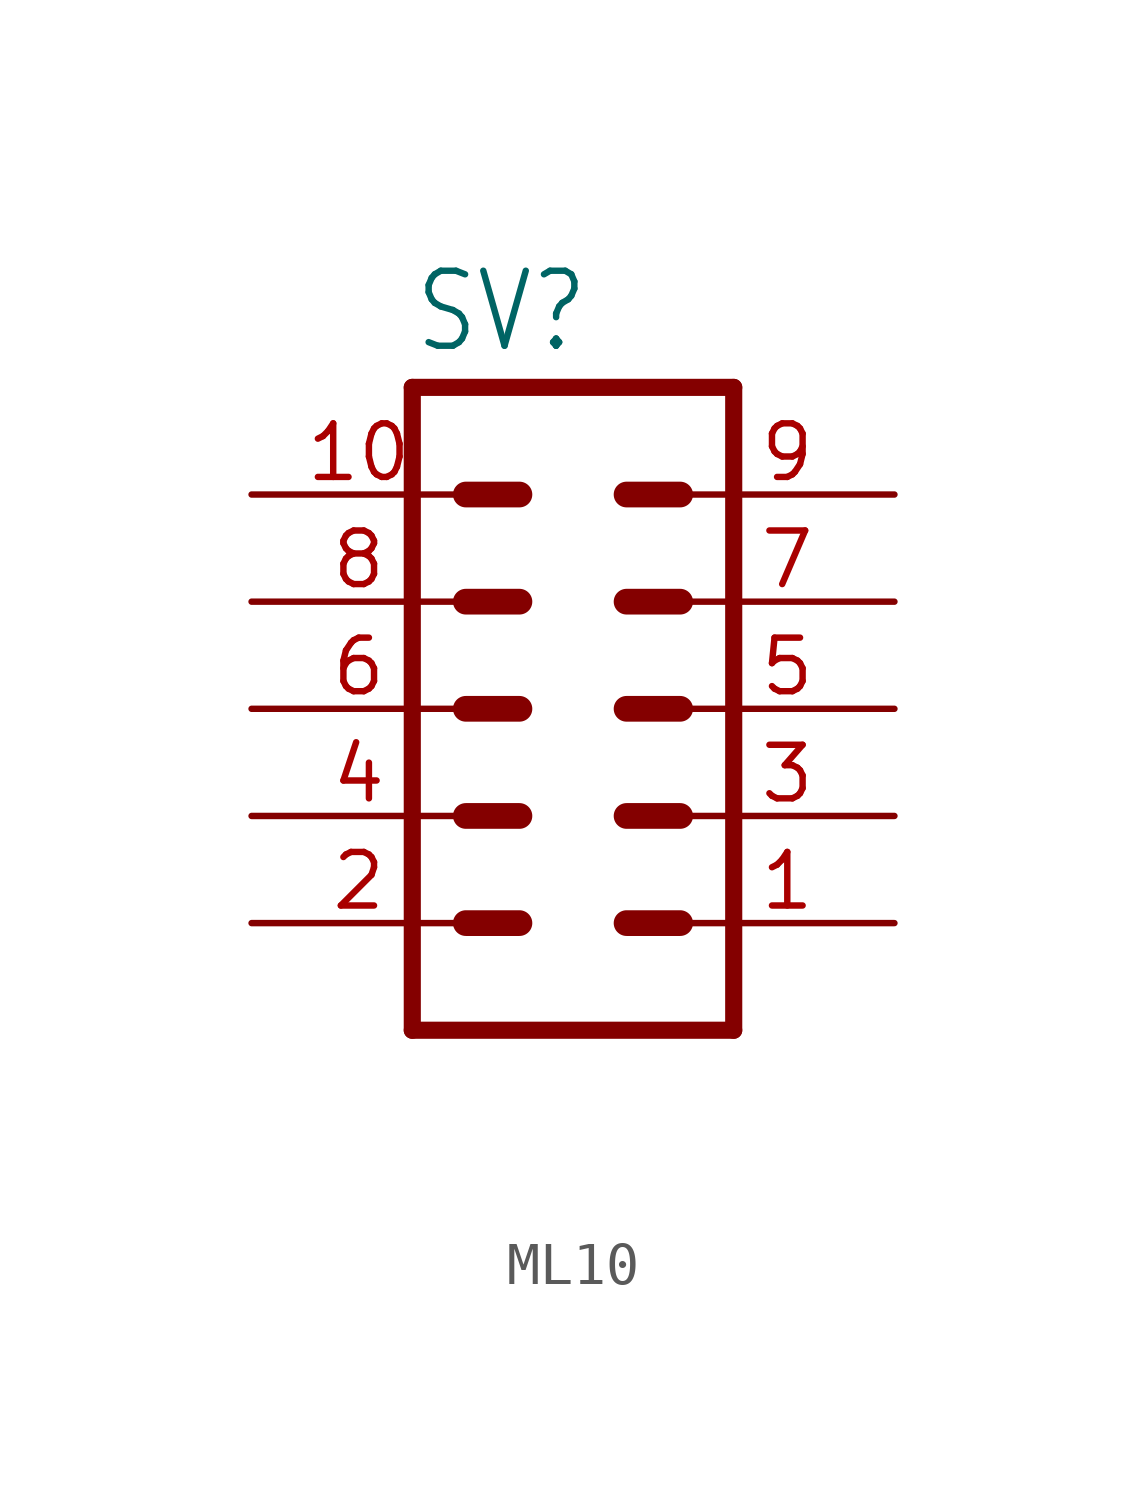
<source format=kicad_sym>
(kicad_symbol_lib
  (version 20231120)
  (generator "kicad_symbol_editor")
  (generator_version "8.0")
  (symbol "ML10"
    (property "Reference" "SV"
      (at -3.81 8.382 0)
      (effects (font (size 1.778 1.511)) (justify left bottom)))
    (property "Value" ""
      (at -3.81 -10.16 0)
      (effects (font (size 1.778 1.511)) (justify left bottom)))
    (property "ki_locked" ""
      (at 0 0 0)
      (effects (font (size 1.27 1.27))))
    (symbol "ML10_1_0"
      (polyline (pts (xy -3.81 7.62) (xy -3.81 -7.62)) (stroke (width 0.406) (type solid)) (fill (type none)))
      (polyline (pts (xy -3.81 7.62) (xy 3.81 7.62)) (stroke (width 0.406) (type solid)) (fill (type none)))
      (polyline (pts (xy -2.54 -5.08) (xy -1.27 -5.08)) (stroke (width 0.61) (type solid)) (fill (type none)))
      (polyline (pts (xy -2.54 -2.54) (xy -1.27 -2.54)) (stroke (width 0.61) (type solid)) (fill (type none)))
      (polyline (pts (xy -2.54 0) (xy -1.27 0)) (stroke (width 0.61) (type solid)) (fill (type none)))
      (polyline (pts (xy -2.54 2.54) (xy -1.27 2.54)) (stroke (width 0.61) (type solid)) (fill (type none)))
      (polyline (pts (xy -2.54 5.08) (xy -1.27 5.08)) (stroke (width 0.61) (type solid)) (fill (type none)))
      (polyline (pts (xy 1.27 -5.08) (xy 2.54 -5.08)) (stroke (width 0.61) (type solid)) (fill (type none)))
      (polyline (pts (xy 1.27 -2.54) (xy 2.54 -2.54)) (stroke (width 0.61) (type solid)) (fill (type none)))
      (polyline (pts (xy 1.27 0) (xy 2.54 0)) (stroke (width 0.61) (type solid)) (fill (type none)))
      (polyline (pts (xy 1.27 2.54) (xy 2.54 2.54)) (stroke (width 0.61) (type solid)) (fill (type none)))
      (polyline (pts (xy 1.27 5.08) (xy 2.54 5.08)) (stroke (width 0.61) (type solid)) (fill (type none)))
      (polyline (pts (xy 3.81 -7.62) (xy -3.81 -7.62)) (stroke (width 0.406) (type solid)) (fill (type none)))
      (polyline (pts (xy 3.81 -7.62) (xy 3.81 7.62)) (stroke (width 0.406) (type solid)) (fill (type none)))
      (pin passive line (at 7.62 -5.08 180) (length 5.08) (name "1" (effects (font (size 0 0)))) (number "1" (effects (font (size 1.27 1.27)))))
      (pin passive line (at -7.62 5.08 0) (length 5.08) (name "10" (effects (font (size 0 0)))) (number "10" (effects (font (size 1.27 1.27)))))
      (pin passive line (at -7.62 -5.08 0) (length 5.08) (name "2" (effects (font (size 0 0)))) (number "2" (effects (font (size 1.27 1.27)))))
      (pin passive line (at 7.62 -2.54 180) (length 5.08) (name "3" (effects (font (size 0 0)))) (number "3" (effects (font (size 1.27 1.27)))))
      (pin passive line (at -7.62 -2.54 0) (length 5.08) (name "4" (effects (font (size 0 0)))) (number "4" (effects (font (size 1.27 1.27)))))
      (pin passive line (at 7.62 0 180) (length 5.08) (name "5" (effects (font (size 0 0)))) (number "5" (effects (font (size 1.27 1.27)))))
      (pin passive line (at -7.62 0 0) (length 5.08) (name "6" (effects (font (size 0 0)))) (number "6" (effects (font (size 1.27 1.27)))))
      (pin passive line (at 7.62 2.54 180) (length 5.08) (name "7" (effects (font (size 0 0)))) (number "7" (effects (font (size 1.27 1.27)))))
      (pin passive line (at -7.62 2.54 0) (length 5.08) (name "8" (effects (font (size 0 0)))) (number "8" (effects (font (size 1.27 1.27)))))
      (pin passive line (at 7.62 5.08 180) (length 5.08) (name "9" (effects (font (size 0 0)))) (number "9" (effects (font (size 1.27 1.27))))))))
</source>
